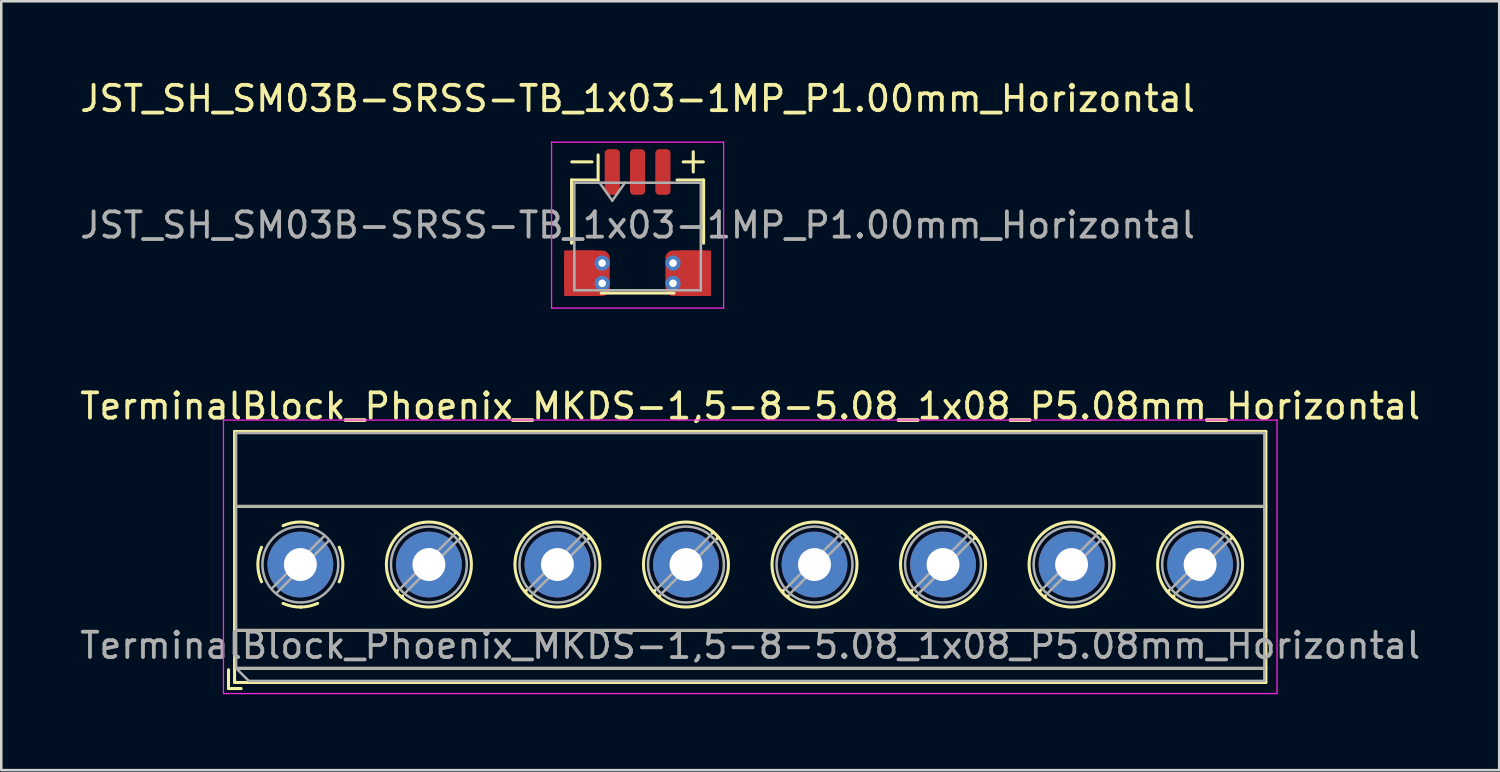
<source format=kicad_pcb>
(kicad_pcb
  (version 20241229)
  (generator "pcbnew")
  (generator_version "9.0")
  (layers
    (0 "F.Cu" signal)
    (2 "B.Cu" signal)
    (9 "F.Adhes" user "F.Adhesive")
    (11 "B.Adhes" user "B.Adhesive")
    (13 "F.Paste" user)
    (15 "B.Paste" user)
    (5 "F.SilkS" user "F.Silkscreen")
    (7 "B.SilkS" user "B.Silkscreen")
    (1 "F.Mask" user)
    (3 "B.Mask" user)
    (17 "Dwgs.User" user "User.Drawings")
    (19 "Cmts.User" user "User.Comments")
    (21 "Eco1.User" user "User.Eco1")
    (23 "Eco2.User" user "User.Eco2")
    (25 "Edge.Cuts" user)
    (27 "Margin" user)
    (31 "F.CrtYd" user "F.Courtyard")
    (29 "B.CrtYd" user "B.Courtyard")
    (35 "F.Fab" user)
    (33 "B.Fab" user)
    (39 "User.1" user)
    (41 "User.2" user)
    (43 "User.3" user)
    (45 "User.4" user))
  (footprint "TerminalBlock_Phoenix_MKDS-1,5-8-5.08_1x08_P5.08mm_Horizontal"
    (layer "F.Cu")
    (at 8.821 19.262)
    (property "Reference" "TerminalBlock_Phoenix_MKDS-1,5-8-5.08_1x08_P5.08mm_Horizontal" (at 17.78 -6.26 0) (layer "F.SilkS") (effects (font (size 1 1) (thickness 0.15))))
    (attr through_hole)
    (fp_line (start -2.84 4.16) (end -2.84 4.9) (stroke (width 0.12) (type solid)) (layer "F.SilkS"))
    (fp_line (start -2.84 4.9) (end -2.34 4.9) (stroke (width 0.12) (type solid)) (layer "F.SilkS"))
    (fp_line (start -2.6 -5.261) (end -2.6 4.66) (stroke (width 0.12) (type solid)) (layer "F.SilkS"))
    (fp_line (start -2.6 -5.261) (end 38.16 -5.261) (stroke (width 0.12) (type solid)) (layer "F.SilkS"))
    (fp_line (start -2.6 -2.301) (end 38.16 -2.301) (stroke (width 0.12) (type solid)) (layer "F.SilkS"))
    (fp_line (start -2.6 2.6) (end 38.16 2.6) (stroke (width 0.12) (type solid)) (layer "F.SilkS"))
    (fp_line (start -2.6 4.1) (end 38.16 4.1) (stroke (width 0.12) (type solid)) (layer "F.SilkS"))
    (fp_line (start -2.6 4.66) (end 38.16 4.66) (stroke (width 0.12) (type solid)) (layer "F.SilkS"))
    (fp_line (start 3.853 1.023) (end 3.806 1.069) (stroke (width 0.12) (type solid)) (layer "F.SilkS"))
    (fp_line (start 4.046 1.239) (end 4.011 1.274) (stroke (width 0.12) (type solid)) (layer "F.SilkS"))
    (fp_line (start 6.15 -1.275) (end 6.115 -1.239) (stroke (width 0.12) (type solid)) (layer "F.SilkS"))
    (fp_line (start 6.355 -1.069) (end 6.308 -1.023) (stroke (width 0.12) (type solid)) (layer "F.SilkS"))
    (fp_line (start 8.933 1.023) (end 8.886 1.069) (stroke (width 0.12) (type solid)) (layer "F.SilkS"))
    (fp_line (start 9.126 1.239) (end 9.091 1.274) (stroke (width 0.12) (type solid)) (layer "F.SilkS"))
    (fp_line (start 11.23 -1.275) (end 11.195 -1.239) (stroke (width 0.12) (type solid)) (layer "F.SilkS"))
    (fp_line (start 11.435 -1.069) (end 11.388 -1.023) (stroke (width 0.12) (type solid)) (layer "F.SilkS"))
    (fp_line (start 14.013 1.023) (end 13.966 1.069) (stroke (width 0.12) (type solid)) (layer "F.SilkS"))
    (fp_line (start 14.206 1.239) (end 14.171 1.274) (stroke (width 0.12) (type solid)) (layer "F.SilkS"))
    (fp_line (start 16.31 -1.275) (end 16.275 -1.239) (stroke (width 0.12) (type solid)) (layer "F.SilkS"))
    (fp_line (start 16.515 -1.069) (end 16.468 -1.023) (stroke (width 0.12) (type solid)) (layer "F.SilkS"))
    (fp_line (start 19.093 1.023) (end 19.046 1.069) (stroke (width 0.12) (type solid)) (layer "F.SilkS"))
    (fp_line (start 19.286 1.239) (end 19.251 1.274) (stroke (width 0.12) (type solid)) (layer "F.SilkS"))
    (fp_line (start 21.39 -1.275) (end 21.355 -1.239) (stroke (width 0.12) (type solid)) (layer "F.SilkS"))
    (fp_line (start 21.595 -1.069) (end 21.548 -1.023) (stroke (width 0.12) (type solid)) (layer "F.SilkS"))
    (fp_line (start 24.173 1.023) (end 24.126 1.069) (stroke (width 0.12) (type solid)) (layer "F.SilkS"))
    (fp_line (start 24.366 1.239) (end 24.331 1.274) (stroke (width 0.12) (type solid)) (layer "F.SilkS"))
    (fp_line (start 26.47 -1.275) (end 26.435 -1.239) (stroke (width 0.12) (type solid)) (layer "F.SilkS"))
    (fp_line (start 26.675 -1.069) (end 26.628 -1.023) (stroke (width 0.12) (type solid)) (layer "F.SilkS"))
    (fp_line (start 29.253 1.023) (end 29.206 1.069) (stroke (width 0.12) (type solid)) (layer "F.SilkS"))
    (fp_line (start 29.446 1.239) (end 29.411 1.274) (stroke (width 0.12) (type solid)) (layer "F.SilkS"))
    (fp_line (start 31.55 -1.275) (end 31.515 -1.239) (stroke (width 0.12) (type solid)) (layer "F.SilkS"))
    (fp_line (start 31.755 -1.069) (end 31.708 -1.023) (stroke (width 0.12) (type solid)) (layer "F.SilkS"))
    (fp_line (start 34.333 1.023) (end 34.286 1.069) (stroke (width 0.12) (type solid)) (layer "F.SilkS"))
    (fp_line (start 34.526 1.239) (end 34.491 1.274) (stroke (width 0.12) (type solid)) (layer "F.SilkS"))
    (fp_line (start 36.63 -1.275) (end 36.595 -1.239) (stroke (width 0.12) (type solid)) (layer "F.SilkS"))
    (fp_line (start 36.835 -1.069) (end 36.788 -1.023) (stroke (width 0.12) (type solid)) (layer "F.SilkS"))
    (fp_line (start 38.16 -5.261) (end 38.16 4.66) (stroke (width 0.12) (type solid)) (layer "F.SilkS"))
    (fp_arc (start -1.535427 0.683042) (mid -1.680501 -0.000524) (end -1.535 -0.684) (stroke (width 0.12) (type solid)) (layer "F.SilkS"))
    (fp_arc (start -0.683042 -1.535427) (mid 0.000524 -1.680501) (end 0.684 -1.535) (stroke (width 0.12) (type solid)) (layer "F.SilkS"))
    (fp_arc (start 0.028805 1.680253) (mid -0.335551 1.646659) (end -0.684 1.535) (stroke (width 0.12) (type solid)) (layer "F.SilkS"))
    (fp_arc (start 0.683318 1.534756) (mid 0.349292 1.643288) (end 0 1.68) (stroke (width 0.12) (type solid)) (layer "F.SilkS"))
    (fp_arc (start 1.535427 -0.683042) (mid 1.680501 0.000524) (end 1.535 0.684) (stroke (width 0.12) (type solid)) (layer "F.SilkS"))
    (fp_circle (center 5.08 0) (end 6.76 0) (stroke (width 0.12) (type solid)) (fill no) (layer "F.SilkS"))
    (fp_circle (center 10.16 0) (end 11.84 0) (stroke (width 0.12) (type solid)) (fill no) (layer "F.SilkS"))
    (fp_circle (center 15.24 0) (end 16.92 0) (stroke (width 0.12) (type solid)) (fill no) (layer "F.SilkS"))
    (fp_circle (center 20.32 0) (end 22 0) (stroke (width 0.12) (type solid)) (fill no) (layer "F.SilkS"))
    (fp_circle (center 25.4 0) (end 27.08 0) (stroke (width 0.12) (type solid)) (fill no) (layer "F.SilkS"))
    (fp_circle (center 30.48 0) (end 32.16 0) (stroke (width 0.12) (type solid)) (fill no) (layer "F.SilkS"))
    (fp_circle (center 35.56 0) (end 37.24 0) (stroke (width 0.12) (type solid)) (fill no) (layer "F.SilkS"))
    (fp_line (start -3.04 -5.71) (end -3.04 5.1) (stroke (width 0.05) (type solid)) (layer "F.CrtYd"))
    (fp_line (start -3.04 5.1) (end 38.6 5.1) (stroke (width 0.05) (type solid)) (layer "F.CrtYd"))
    (fp_line (start 38.6 -5.71) (end -3.04 -5.71) (stroke (width 0.05) (type solid)) (layer "F.CrtYd"))
    (fp_line (start 38.6 5.1) (end 38.6 -5.71) (stroke (width 0.05) (type solid)) (layer "F.CrtYd"))
    (fp_line (start -2.54 -5.2) (end 38.1 -5.2) (stroke (width 0.1) (type solid)) (layer "F.Fab"))
    (fp_line (start -2.54 -2.3) (end 38.1 -2.3) (stroke (width 0.1) (type solid)) (layer "F.Fab"))
    (fp_line (start -2.54 2.6) (end 38.1 2.6) (stroke (width 0.1) (type solid)) (layer "F.Fab"))
    (fp_line (start -2.54 4.1) (end -2.54 -5.2) (stroke (width 0.1) (type solid)) (layer "F.Fab"))
    (fp_line (start -2.54 4.1) (end 38.1 4.1) (stroke (width 0.1) (type solid)) (layer "F.Fab"))
    (fp_line (start -2.04 4.6) (end -2.54 4.1) (stroke (width 0.1) (type solid)) (layer "F.Fab"))
    (fp_line (start 0.955 -1.138) (end -1.138 0.955) (stroke (width 0.1) (type solid)) (layer "F.Fab"))
    (fp_line (start 1.138 -0.955) (end -0.955 1.138) (stroke (width 0.1) (type solid)) (layer "F.Fab"))
    (fp_line (start 6.035 -1.138) (end 3.943 0.955) (stroke (width 0.1) (type solid)) (layer "F.Fab"))
    (fp_line (start 6.218 -0.955) (end 4.126 1.138) (stroke (width 0.1) (type solid)) (layer "F.Fab"))
    (fp_line (start 11.115 -1.138) (end 9.023 0.955) (stroke (width 0.1) (type solid)) (layer "F.Fab"))
    (fp_line (start 11.298 -0.955) (end 9.206 1.138) (stroke (width 0.1) (type solid)) (layer "F.Fab"))
    (fp_line (start 16.195 -1.138) (end 14.103 0.955) (stroke (width 0.1) (type solid)) (layer "F.Fab"))
    (fp_line (start 16.378 -0.955) (end 14.286 1.138) (stroke (width 0.1) (type solid)) (layer "F.Fab"))
    (fp_line (start 21.275 -1.138) (end 19.183 0.955) (stroke (width 0.1) (type solid)) (layer "F.Fab"))
    (fp_line (start 21.458 -0.955) (end 19.366 1.138) (stroke (width 0.1) (type solid)) (layer "F.Fab"))
    (fp_line (start 26.355 -1.138) (end 24.263 0.955) (stroke (width 0.1) (type solid)) (layer "F.Fab"))
    (fp_line (start 26.538 -0.955) (end 24.446 1.138) (stroke (width 0.1) (type solid)) (layer "F.Fab"))
    (fp_line (start 31.435 -1.138) (end 29.343 0.955) (stroke (width 0.1) (type solid)) (layer "F.Fab"))
    (fp_line (start 31.618 -0.955) (end 29.526 1.138) (stroke (width 0.1) (type solid)) (layer "F.Fab"))
    (fp_line (start 36.515 -1.138) (end 34.423 0.955) (stroke (width 0.1) (type solid)) (layer "F.Fab"))
    (fp_line (start 36.698 -0.955) (end 34.606 1.138) (stroke (width 0.1) (type solid)) (layer "F.Fab"))
    (fp_line (start 38.1 -5.2) (end 38.1 4.6) (stroke (width 0.1) (type solid)) (layer "F.Fab"))
    (fp_line (start 38.1 4.6) (end -2.04 4.6) (stroke (width 0.1) (type solid)) (layer "F.Fab"))
    (fp_circle (center 0 0) (end 1.5 0) (stroke (width 0.1) (type solid)) (fill no) (layer "F.Fab"))
    (fp_circle (center 5.08 0) (end 6.58 0) (stroke (width 0.1) (type solid)) (fill no) (layer "F.Fab"))
    (fp_circle (center 10.16 0) (end 11.66 0) (stroke (width 0.1) (type solid)) (fill no) (layer "F.Fab"))
    (fp_circle (center 15.24 0) (end 16.74 0) (stroke (width 0.1) (type solid)) (fill no) (layer "F.Fab"))
    (fp_circle (center 20.32 0) (end 21.82 0) (stroke (width 0.1) (type solid)) (fill no) (layer "F.Fab"))
    (fp_circle (center 25.4 0) (end 26.9 0) (stroke (width 0.1) (type solid)) (fill no) (layer "F.Fab"))
    (fp_circle (center 30.48 0) (end 31.98 0) (stroke (width 0.1) (type solid)) (fill no) (layer "F.Fab"))
    (fp_circle (center 35.56 0) (end 37.06 0) (stroke (width 0.1) (type solid)) (fill no) (layer "F.Fab"))
    (fp_text user "${REFERENCE}" (at 17.78 3.2 0) (layer "F.Fab") (effects (font (size 1 1) (thickness 0.15))))
    (pad "1" thru_hole circle (at 0 0) (size 2.6 2.6) (drill 1.3) (layers "*.Cu" "*.Mask"))
    (pad "2" thru_hole circle (at 5.08 0) (size 2.6 2.6) (drill 1.3) (layers "*.Cu" "*.Mask"))
    (pad "3" thru_hole circle (at 10.16 0) (size 2.6 2.6) (drill 1.3) (layers "*.Cu" "*.Mask"))
    (pad "4" thru_hole circle (at 15.24 0) (size 2.6 2.6) (drill 1.3) (layers "*.Cu" "*.Mask"))
    (pad "5" thru_hole circle (at 20.32 0) (size 2.6 2.6) (drill 1.3) (layers "*.Cu" "*.Mask"))
    (pad "6" thru_hole circle (at 25.4 0) (size 2.6 2.6) (drill 1.3) (layers "*.Cu" "*.Mask"))
    (pad "7" thru_hole circle (at 30.48 0) (size 2.6 2.6) (drill 1.3) (layers "*.Cu" "*.Mask"))
    (pad "8" thru_hole circle (at 35.56 0) (size 2.6 2.6) (drill 1.3) (layers "*.Cu" "*.Mask")))
  (footprint "JST_SH_SM03B-SRSS-TB_1x03-1MP_P1.00mm_Horizontal"
    (layer "F.Cu")
    (at 22.149 5.848)
    (property "Reference" "JST_SH_SM03B-SRSS-TB_1x03-1MP_P1.00mm_Horizontal" (at 0 -5 0) (layer "F.SilkS") (effects (font (size 1 1) (thickness 0.15))))
    (attr smd)
    (fp_line (start -2.61 -1.785) (end -1.56 -1.785) (stroke (width 0.12) (type solid)) (layer "F.SilkS"))
    (fp_line (start -2.61 0.715) (end -2.61 -1.785) (stroke (width 0.12) (type solid)) (layer "F.SilkS"))
    (fp_line (start -1.8 -2.5) (end -2.6 -2.5) (stroke (width 0.12) (type default)) (layer "F.SilkS"))
    (fp_line (start -1.56 -1.785) (end -1.56 -2.775) (stroke (width 0.12) (type solid)) (layer "F.SilkS"))
    (fp_line (start -1.44 2.685) (end 1.44 2.685) (stroke (width 0.12) (type solid)) (layer "F.SilkS"))
    (fp_line (start 2.2 -2.1) (end 2.2 -2.9) (stroke (width 0.12) (type default)) (layer "F.SilkS"))
    (fp_line (start 2.6 -2.5) (end 1.8 -2.5) (stroke (width 0.12) (type default)) (layer "F.SilkS"))
    (fp_line (start 2.61 -1.785) (end 1.56 -1.785) (stroke (width 0.12) (type solid)) (layer "F.SilkS"))
    (fp_line (start 2.61 0.715) (end 2.61 -1.785) (stroke (width 0.12) (type solid)) (layer "F.SilkS"))
    (fp_line (start -3.4 -3.28) (end -3.4 3.28) (stroke (width 0.05) (type solid)) (layer "F.CrtYd"))
    (fp_line (start -3.4 3.28) (end 3.4 3.28) (stroke (width 0.05) (type solid)) (layer "F.CrtYd"))
    (fp_line (start 3.4 -3.28) (end -3.4 -3.28) (stroke (width 0.05) (type solid)) (layer "F.CrtYd"))
    (fp_line (start 3.4 3.28) (end 3.4 -3.28) (stroke (width 0.05) (type solid)) (layer "F.CrtYd"))
    (fp_line (start -2.5 -1.675) (end -2.5 2.575) (stroke (width 0.1) (type solid)) (layer "F.Fab"))
    (fp_line (start -2.5 -1.675) (end 2.5 -1.675) (stroke (width 0.1) (type solid)) (layer "F.Fab"))
    (fp_line (start -2.5 2.575) (end 2.5 2.575) (stroke (width 0.1) (type solid)) (layer "F.Fab"))
    (fp_line (start -1.5 -1.675) (end -1 -0.968) (stroke (width 0.1) (type solid)) (layer "F.Fab"))
    (fp_line (start -1 -0.968) (end -0.5 -1.675) (stroke (width 0.1) (type solid)) (layer "F.Fab"))
    (fp_line (start 2.5 -1.675) (end 2.5 2.575) (stroke (width 0.1) (type solid)) (layer "F.Fab"))
    (fp_text user "${REFERENCE}" (at 0 0 0) (layer "F.Fab") (effects (font (size 1 1) (thickness 0.15))))
    (pad "1" smd roundrect (at -1 -2.1) (size 0.6 1.8) (layers "F.Cu" "F.Mask" "F.Paste") (roundrect_rratio 0.25))
    (pad "2" smd roundrect (at 0 -2.1) (size 0.6 1.8) (layers "F.Cu" "F.Mask" "F.Paste") (roundrect_rratio 0.25))
    (pad "3" smd roundrect (at 1 -2.1) (size 0.6 1.8) (layers "F.Cu" "F.Mask" "F.Paste") (roundrect_rratio 0.25))
    (pad "MP" smd rect (at -2.3 1.9) (size 1.2 1.8) (layers "F.Cu" "F.Mask" "F.Paste"))
    (pad "MP" smd roundrect (at -2 1.9) (size 1.8 1.8) (layers "F.Cu") (roundrect_rratio 0.167))
    (pad "MP" thru_hole circle (at -1.4 1.5) (size 0.6 0.6) (drill 0.3) (layers "*.Cu"))
    (pad "MP" thru_hole circle (at -1.4 2.3) (size 0.6 0.6) (drill 0.3) (layers "*.Cu"))
    (pad "MP" thru_hole circle (at 1.4 1.5) (size 0.6 0.6) (drill 0.3) (layers "*.Cu"))
    (pad "MP" thru_hole circle (at 1.4 2.3) (size 0.6 0.6) (drill 0.3) (layers "*.Cu"))
    (pad "MP" smd roundrect (at 2 1.9) (size 1.8 1.8) (layers "F.Cu") (roundrect_rratio 0.167))
    (pad "MP" smd rect (at 2.3 1.9) (size 1.2 1.8) (layers "F.Cu" "F.Mask" "F.Paste")))
  (gr_rect
    (start -3 -3)
    (end 56.202 27.387)
    (stroke (width 0.1) (type default))
    (fill no)
    (layer "Edge.Cuts")))
</source>
